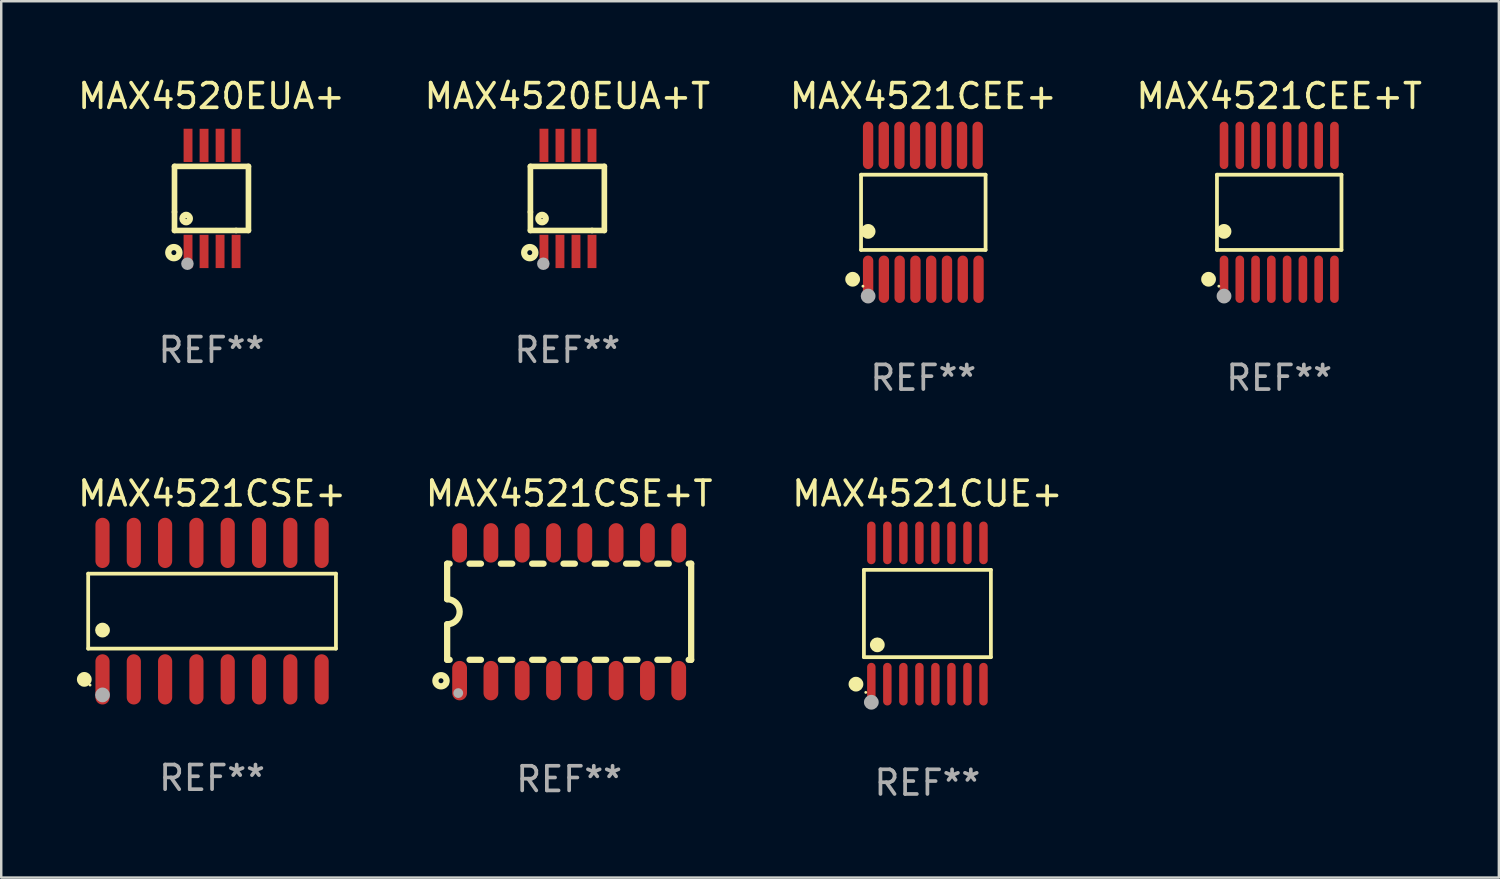
<source format=kicad_pcb>
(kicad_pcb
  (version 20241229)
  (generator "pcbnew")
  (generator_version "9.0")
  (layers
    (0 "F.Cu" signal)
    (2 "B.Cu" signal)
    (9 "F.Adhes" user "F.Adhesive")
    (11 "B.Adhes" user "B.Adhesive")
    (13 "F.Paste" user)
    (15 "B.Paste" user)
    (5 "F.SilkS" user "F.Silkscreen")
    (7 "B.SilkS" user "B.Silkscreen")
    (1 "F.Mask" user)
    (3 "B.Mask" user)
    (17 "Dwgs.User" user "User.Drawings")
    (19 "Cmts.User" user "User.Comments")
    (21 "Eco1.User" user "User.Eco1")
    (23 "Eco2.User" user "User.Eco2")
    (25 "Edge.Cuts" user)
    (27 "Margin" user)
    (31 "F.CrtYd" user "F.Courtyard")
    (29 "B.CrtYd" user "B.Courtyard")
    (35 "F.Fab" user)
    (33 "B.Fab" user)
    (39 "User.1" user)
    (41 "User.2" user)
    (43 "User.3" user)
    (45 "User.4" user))
  (footprint "MAX4520EUA+"
    (layer "F.Cu")
    (at 5.53 5)
    (property "Reference" "MAX4520EUA+" (at 0 -4.152 0) (layer "F.SilkS") (effects (font (size 1 1) (thickness 0.15))))
    (attr through_hole)
    (fp_line (start -1.5 1.301) (end 1 1.301) (stroke (width 0.229) (type solid)) (layer "F.SilkS"))
    (fp_line (start -1.5 -1.299) (end -1.5 0.551) (stroke (width 0.229) (type solid)) (layer "F.SilkS"))
    (fp_line (start -1.5 0.551) (end -1.5 1.301) (stroke (width 0.229) (type solid)) (layer "F.SilkS"))
    (fp_line (start 1 1.301) (end 1.5 1.301) (stroke (width 0.229) (type solid)) (layer "F.SilkS"))
    (fp_line (start 1.5 1.301) (end 1.5 -1.299) (stroke (width 0.229) (type solid)) (layer "F.SilkS"))
    (fp_line (start 1.5 -1.299) (end -1.5 -1.299) (stroke (width 0.229) (type solid)) (layer "F.SilkS"))
    (fp_circle (center -1.526 2.2) (end -1.426 2.2) (stroke (width 0.254) (type solid)) (fill no) (layer "F.SilkS"))
    (fp_circle (center -1.476 2.45) (end -1.446 2.45) (stroke (width 0.06) (type solid)) (fill no) (layer "F.SilkS"))
    (fp_circle (center -1.028 0.817) (end -0.878 0.817) (stroke (width 0.254) (type solid)) (fill no) (layer "F.SilkS"))
    (fp_circle (center -0.976 2.65) (end -0.849 2.65) (stroke (width 0.254) (type solid)) (fill no) (layer "F.Fab"))
    (fp_text user "REF**" (at 0 6.152 0) (layer "F.Fab") (effects (font (size 1 1) (thickness 0.15))))
    (pad "1" smd rect (at -0.951 2.15) (size 0.36 1.35) (layers "F.Cu" "F.Mask" "F.Paste"))
    (pad "2" smd rect (at -0.301 2.152) (size 0.36 1.35) (layers "F.Cu" "F.Mask" "F.Paste"))
    (pad "3" smd rect (at 0.349 2.151) (size 0.36 1.35) (layers "F.Cu" "F.Mask" "F.Paste"))
    (pad "4" smd rect (at 0.999 2.152) (size 0.36 1.35) (layers "F.Cu" "F.Mask" "F.Paste"))
    (pad "5" smd rect (at 0.999 -2.149) (size 0.36 1.35) (layers "F.Cu" "F.Mask" "F.Paste"))
    (pad "6" smd rect (at 0.349 -2.152) (size 0.36 1.35) (layers "F.Cu" "F.Mask" "F.Paste"))
    (pad "7" smd rect (at -0.301 -2.149) (size 0.36 1.35) (layers "F.Cu" "F.Mask" "F.Paste"))
    (pad "8" smd rect (at -0.951 -2.152) (size 0.36 1.35) (layers "F.Cu" "F.Mask" "F.Paste")))
  (footprint "MAX4521CEE+"
    (layer "F.Cu")
    (at 34.411 5.564)
    (property "Reference" "MAX4521CEE+" (at 0 -4.716 0) (layer "F.SilkS") (effects (font (size 1 1) (thickness 0.15))))
    (attr through_hole)
    (fp_line (start -2.526 -1.526) (end 2.526 -1.526) (stroke (width 0.152) (type solid)) (layer "F.SilkS"))
    (fp_line (start -2.526 1.526) (end -2.526 -1.526) (stroke (width 0.152) (type solid)) (layer "F.SilkS"))
    (fp_line (start 2.526 -1.526) (end 2.526 1.526) (stroke (width 0.152) (type solid)) (layer "F.SilkS"))
    (fp_line (start 2.526 1.526) (end -2.526 1.526) (stroke (width 0.152) (type solid)) (layer "F.SilkS"))
    (fp_circle (center -2.867 2.716) (end -2.717 2.716) (stroke (width 0.3) (type solid)) (fill no) (layer "F.SilkS"))
    (fp_circle (center -2.45 2.997) (end -2.42 2.997) (stroke (width 0.06) (type solid)) (fill no) (layer "F.SilkS"))
    (fp_circle (center -2.24 0.774) (end -2.09 0.774) (stroke (width 0.3) (type solid)) (fill no) (layer "F.SilkS"))
    (fp_circle (center -2.24 3.398) (end -2.09 3.398) (stroke (width 0.3) (type solid)) (fill no) (layer "F.Fab"))
    (fp_text user "REF**" (at 0 6.716 0) (layer "F.Fab") (effects (font (size 1 1) (thickness 0.15))))
    (pad "1" smd oval (at -2.24 2.716) (size 0.42 1.922) (layers "F.Cu" "F.Mask" "F.Paste"))
    (pad "2" smd oval (at -1.6 2.716) (size 0.42 1.922) (layers "F.Cu" "F.Mask" "F.Paste"))
    (pad "3" smd oval (at -0.96 2.716) (size 0.42 1.922) (layers "F.Cu" "F.Mask" "F.Paste"))
    (pad "4" smd oval (at -0.32 2.716) (size 0.42 1.922) (layers "F.Cu" "F.Mask" "F.Paste"))
    (pad "5" smd oval (at 0.32 2.716) (size 0.42 1.922) (layers "F.Cu" "F.Mask" "F.Paste"))
    (pad "6" smd oval (at 0.96 2.716) (size 0.42 1.922) (layers "F.Cu" "F.Mask" "F.Paste"))
    (pad "7" smd oval (at 1.6 2.716) (size 0.42 1.922) (layers "F.Cu" "F.Mask" "F.Paste"))
    (pad "8" smd oval (at 2.24 2.716) (size 0.42 1.922) (layers "F.Cu" "F.Mask" "F.Paste"))
    (pad "9" smd oval (at 2.205 -2.716) (size 0.42 1.922) (layers "F.Cu" "F.Mask" "F.Paste"))
    (pad "10" smd oval (at 1.57 -2.716) (size 0.42 1.922) (layers "F.Cu" "F.Mask" "F.Paste"))
    (pad "11" smd oval (at 0.935 -2.716) (size 0.42 1.922) (layers "F.Cu" "F.Mask" "F.Paste"))
    (pad "12" smd oval (at 0.3 -2.716) (size 0.42 1.922) (layers "F.Cu" "F.Mask" "F.Paste"))
    (pad "13" smd oval (at -0.335 -2.716) (size 0.42 1.922) (layers "F.Cu" "F.Mask" "F.Paste"))
    (pad "14" smd oval (at -0.97 -2.716) (size 0.42 1.922) (layers "F.Cu" "F.Mask" "F.Paste"))
    (pad "15" smd oval (at -1.605 -2.716) (size 0.42 1.922) (layers "F.Cu" "F.Mask" "F.Paste"))
    (pad "16" smd oval (at -2.24 -2.716) (size 0.42 1.922) (layers "F.Cu" "F.Mask" "F.Paste")))
  (footprint "MAX4521CSE+"
    (layer "F.Cu")
    (at 5.554 21.745)
    (property "Reference" "MAX4521CSE+" (at 0 -4.769 0) (layer "F.SilkS") (effects (font (size 1 1) (thickness 0.15))))
    (attr through_hole)
    (fp_line (start -5.026 -1.521) (end 5.026 -1.521) (stroke (width 0.152) (type solid)) (layer "F.SilkS"))
    (fp_line (start -5.026 1.521) (end -5.026 -1.521) (stroke (width 0.152) (type solid)) (layer "F.SilkS"))
    (fp_line (start 5.026 -1.521) (end 5.026 1.521) (stroke (width 0.152) (type solid)) (layer "F.SilkS"))
    (fp_line (start 5.026 1.521) (end -5.026 1.521) (stroke (width 0.152) (type solid)) (layer "F.SilkS"))
    (fp_circle (center -5.184 2.769) (end -5.034 2.769) (stroke (width 0.3) (type solid)) (fill no) (layer "F.SilkS"))
    (fp_circle (center -4.95 3) (end -4.92 3) (stroke (width 0.06) (type solid)) (fill no) (layer "F.SilkS"))
    (fp_circle (center -4.445 0.769) (end -4.295 0.769) (stroke (width 0.3) (type solid)) (fill no) (layer "F.SilkS"))
    (fp_circle (center -4.445 3.4) (end -4.295 3.4) (stroke (width 0.3) (type solid)) (fill no) (layer "F.Fab"))
    (fp_text user "REF**" (at 0 6.769 0) (layer "F.Fab") (effects (font (size 1 1) (thickness 0.15))))
    (pad "1" smd oval (at -4.445 2.769) (size 0.574 2.038) (layers "F.Cu" "F.Mask" "F.Paste"))
    (pad "2" smd oval (at -3.175 2.769) (size 0.574 2.038) (layers "F.Cu" "F.Mask" "F.Paste"))
    (pad "3" smd oval (at -1.905 2.769) (size 0.574 2.038) (layers "F.Cu" "F.Mask" "F.Paste"))
    (pad "4" smd oval (at -0.635 2.769) (size 0.574 2.038) (layers "F.Cu" "F.Mask" "F.Paste"))
    (pad "5" smd oval (at 0.635 2.769) (size 0.574 2.038) (layers "F.Cu" "F.Mask" "F.Paste"))
    (pad "6" smd oval (at 1.905 2.769) (size 0.574 2.038) (layers "F.Cu" "F.Mask" "F.Paste"))
    (pad "7" smd oval (at 3.175 2.769) (size 0.574 2.038) (layers "F.Cu" "F.Mask" "F.Paste"))
    (pad "8" smd oval (at 4.445 2.769) (size 0.574 2.038) (layers "F.Cu" "F.Mask" "F.Paste"))
    (pad "9" smd oval (at 4.445 -2.769) (size 0.574 2.038) (layers "F.Cu" "F.Mask" "F.Paste"))
    (pad "10" smd oval (at 3.175 -2.769) (size 0.574 2.038) (layers "F.Cu" "F.Mask" "F.Paste"))
    (pad "11" smd oval (at 1.905 -2.769) (size 0.574 2.038) (layers "F.Cu" "F.Mask" "F.Paste"))
    (pad "12" smd oval (at 0.635 -2.769) (size 0.574 2.038) (layers "F.Cu" "F.Mask" "F.Paste"))
    (pad "13" smd oval (at -0.635 -2.769) (size 0.574 2.038) (layers "F.Cu" "F.Mask" "F.Paste"))
    (pad "14" smd oval (at -1.905 -2.769) (size 0.574 2.038) (layers "F.Cu" "F.Mask" "F.Paste"))
    (pad "15" smd oval (at -3.175 -2.769) (size 0.574 2.038) (layers "F.Cu" "F.Mask" "F.Paste"))
    (pad "16" smd oval (at -4.445 -2.769) (size 0.574 2.038) (layers "F.Cu" "F.Mask" "F.Paste")))
  (footprint "MAX4521CEE+T"
    (layer "F.Cu")
    (at 48.851 5.564)
    (property "Reference" "MAX4521CEE+T" (at 0 -4.716 0) (layer "F.SilkS") (effects (font (size 1 1) (thickness 0.15))))
    (attr through_hole)
    (fp_line (start -2.526 -1.526) (end 2.526 -1.526) (stroke (width 0.152) (type solid)) (layer "F.SilkS"))
    (fp_line (start -2.526 1.526) (end -2.526 -1.526) (stroke (width 0.152) (type solid)) (layer "F.SilkS"))
    (fp_line (start 2.526 -1.526) (end 2.526 1.526) (stroke (width 0.152) (type solid)) (layer "F.SilkS"))
    (fp_line (start 2.526 1.526) (end -2.526 1.526) (stroke (width 0.152) (type solid)) (layer "F.SilkS"))
    (fp_circle (center -2.867 2.716) (end -2.717 2.716) (stroke (width 0.3) (type solid)) (fill no) (layer "F.SilkS"))
    (fp_circle (center -2.45 2.997) (end -2.42 2.997) (stroke (width 0.06) (type solid)) (fill no) (layer "F.SilkS"))
    (fp_circle (center -2.24 0.774) (end -2.09 0.774) (stroke (width 0.3) (type solid)) (fill no) (layer "F.SilkS"))
    (fp_circle (center -2.24 3.398) (end -2.09 3.398) (stroke (width 0.3) (type solid)) (fill no) (layer "F.Fab"))
    (fp_text user "REF**" (at 0 6.716 0) (layer "F.Fab") (effects (font (size 1 1) (thickness 0.15))))
    (pad "1" smd oval (at -2.24 2.716) (size 0.35 1.922) (layers "F.Cu" "F.Mask" "F.Paste"))
    (pad "2" smd oval (at -1.6 2.716) (size 0.35 1.922) (layers "F.Cu" "F.Mask" "F.Paste"))
    (pad "3" smd oval (at -0.96 2.716) (size 0.35 1.922) (layers "F.Cu" "F.Mask" "F.Paste"))
    (pad "4" smd oval (at -0.32 2.716) (size 0.35 1.922) (layers "F.Cu" "F.Mask" "F.Paste"))
    (pad "5" smd oval (at 0.32 2.716) (size 0.35 1.922) (layers "F.Cu" "F.Mask" "F.Paste"))
    (pad "6" smd oval (at 0.96 2.716) (size 0.35 1.922) (layers "F.Cu" "F.Mask" "F.Paste"))
    (pad "7" smd oval (at 1.6 2.716) (size 0.35 1.922) (layers "F.Cu" "F.Mask" "F.Paste"))
    (pad "8" smd oval (at 2.24 2.716) (size 0.35 1.922) (layers "F.Cu" "F.Mask" "F.Paste"))
    (pad "9" smd oval (at 2.24 -2.716) (size 0.35 1.922) (layers "F.Cu" "F.Mask" "F.Paste"))
    (pad "10" smd oval (at 1.6 -2.716) (size 0.35 1.922) (layers "F.Cu" "F.Mask" "F.Paste"))
    (pad "11" smd oval (at 0.96 -2.716) (size 0.35 1.922) (layers "F.Cu" "F.Mask" "F.Paste"))
    (pad "12" smd oval (at 0.32 -2.716) (size 0.35 1.922) (layers "F.Cu" "F.Mask" "F.Paste"))
    (pad "13" smd oval (at -0.32 -2.716) (size 0.35 1.922) (layers "F.Cu" "F.Mask" "F.Paste"))
    (pad "14" smd oval (at -0.96 -2.716) (size 0.35 1.922) (layers "F.Cu" "F.Mask" "F.Paste"))
    (pad "15" smd oval (at -1.6 -2.716) (size 0.35 1.922) (layers "F.Cu" "F.Mask" "F.Paste"))
    (pad "16" smd oval (at -2.24 -2.716) (size 0.35 1.922) (layers "F.Cu" "F.Mask" "F.Paste")))
  (footprint "MAX4521CSE+T"
    (layer "F.Cu")
    (at 20.042 21.77)
    (property "Reference" "MAX4521CSE+T" (at 0 -4.794 0) (layer "F.SilkS") (effects (font (size 1 1) (thickness 0.15))))
    (attr through_hole)
    (fp_line (start -4.95 -1.95) (end -4.95 -0.508) (stroke (width 0.254) (type solid)) (layer "F.SilkS"))
    (fp_line (start -4.95 -1.95) (end -4.849 -1.95) (stroke (width 0.254) (type solid)) (layer "F.SilkS"))
    (fp_line (start -4.95 1.95) (end -4.95 0.508) (stroke (width 0.254) (type solid)) (layer "F.SilkS"))
    (fp_line (start -4.95 1.95) (end -4.849 1.95) (stroke (width 0.254) (type solid)) (layer "F.SilkS"))
    (fp_line (start -4.041 -1.95) (end -3.579 -1.95) (stroke (width 0.254) (type solid)) (layer "F.SilkS"))
    (fp_line (start -4.041 1.95) (end -3.579 1.95) (stroke (width 0.254) (type solid)) (layer "F.SilkS"))
    (fp_line (start -2.771 -1.95) (end -2.309 -1.95) (stroke (width 0.254) (type solid)) (layer "F.SilkS"))
    (fp_line (start -2.771 1.95) (end -2.309 1.95) (stroke (width 0.254) (type solid)) (layer "F.SilkS"))
    (fp_line (start -1.501 -1.95) (end -1.039 -1.95) (stroke (width 0.254) (type solid)) (layer "F.SilkS"))
    (fp_line (start -1.501 1.95) (end -1.039 1.95) (stroke (width 0.254) (type solid)) (layer "F.SilkS"))
    (fp_line (start -0.231 -1.95) (end 0.231 -1.95) (stroke (width 0.254) (type solid)) (layer "F.SilkS"))
    (fp_line (start -0.231 1.95) (end 0.231 1.95) (stroke (width 0.254) (type solid)) (layer "F.SilkS"))
    (fp_line (start 1.039 -1.95) (end 1.501 -1.95) (stroke (width 0.254) (type solid)) (layer "F.SilkS"))
    (fp_line (start 1.039 1.95) (end 1.501 1.95) (stroke (width 0.254) (type solid)) (layer "F.SilkS"))
    (fp_line (start 2.309 -1.95) (end 2.771 -1.95) (stroke (width 0.254) (type solid)) (layer "F.SilkS"))
    (fp_line (start 2.309 1.95) (end 2.771 1.95) (stroke (width 0.254) (type solid)) (layer "F.SilkS"))
    (fp_line (start 3.579 -1.95) (end 4.041 -1.95) (stroke (width 0.254) (type solid)) (layer "F.SilkS"))
    (fp_line (start 3.579 1.95) (end 4.041 1.95) (stroke (width 0.254) (type solid)) (layer "F.SilkS"))
    (fp_line (start 4.849 -1.95) (end 4.95 -1.95) (stroke (width 0.254) (type solid)) (layer "F.SilkS"))
    (fp_line (start 4.849 1.95) (end 4.95 1.95) (stroke (width 0.254) (type solid)) (layer "F.SilkS"))
    (fp_line (start 4.95 -1.95) (end 4.95 1.95) (stroke (width 0.254) (type solid)) (layer "F.SilkS"))
    (fp_arc (start -4.95047 -0.508001) (mid -4.442469 -0.000228) (end -4.950013 0.508001) (stroke (width 0.254001) (type solid)) (layer "F.SilkS"))
    (fp_circle (center -5.2 2.8) (end -5.1 2.8) (stroke (width 0.254) (type solid)) (fill no) (layer "F.SilkS"))
    (fp_circle (center -4.95 2.947) (end -4.92 2.947) (stroke (width 0.06) (type solid)) (fill no) (layer "F.SilkS"))
    (fp_circle (center -4.5 3.3) (end -4.4 3.3) (stroke (width 0.2) (type solid)) (fill no) (layer "F.Fab"))
    (fp_text user "REF**" (at 0 6.794 0) (layer "F.Fab") (effects (font (size 1 1) (thickness 0.15))))
    (pad "1" smd oval (at -4.445 2.794) (size 0.6 1.6) (layers "F.Cu" "F.Mask" "F.Paste"))
    (pad "2" smd oval (at -3.175 2.794) (size 0.6 1.6) (layers "F.Cu" "F.Mask" "F.Paste"))
    (pad "3" smd oval (at -1.905 2.794) (size 0.6 1.6) (layers "F.Cu" "F.Mask" "F.Paste"))
    (pad "4" smd oval (at -0.635 2.794) (size 0.6 1.6) (layers "F.Cu" "F.Mask" "F.Paste"))
    (pad "5" smd oval (at 0.635 2.794) (size 0.6 1.6) (layers "F.Cu" "F.Mask" "F.Paste"))
    (pad "6" smd oval (at 1.905 2.794) (size 0.6 1.6) (layers "F.Cu" "F.Mask" "F.Paste"))
    (pad "7" smd oval (at 3.175 2.794) (size 0.6 1.6) (layers "F.Cu" "F.Mask" "F.Paste"))
    (pad "8" smd oval (at 4.445 2.794) (size 0.6 1.6) (layers "F.Cu" "F.Mask" "F.Paste"))
    (pad "9" smd oval (at 4.445 -2.794) (size 0.6 1.6) (layers "F.Cu" "F.Mask" "F.Paste"))
    (pad "10" smd oval (at 3.175 -2.794) (size 0.6 1.6) (layers "F.Cu" "F.Mask" "F.Paste"))
    (pad "11" smd oval (at 1.905 -2.794) (size 0.6 1.6) (layers "F.Cu" "F.Mask" "F.Paste"))
    (pad "12" smd oval (at 0.635 -2.794) (size 0.6 1.6) (layers "F.Cu" "F.Mask" "F.Paste"))
    (pad "13" smd oval (at -0.635 -2.794) (size 0.6 1.6) (layers "F.Cu" "F.Mask" "F.Paste"))
    (pad "14" smd oval (at -1.905 -2.794) (size 0.6 1.6) (layers "F.Cu" "F.Mask" "F.Paste"))
    (pad "15" smd oval (at -3.175 -2.794) (size 0.6 1.6) (layers "F.Cu" "F.Mask" "F.Paste"))
    (pad "16" smd oval (at -4.445 -2.794) (size 0.6 1.6) (layers "F.Cu" "F.Mask" "F.Paste")))
  (footprint "MAX4521CUE+"
    (layer "F.Cu")
    (at 34.577 21.842)
    (property "Reference" "MAX4521CUE+" (at 0 -4.866 0) (layer "F.SilkS") (effects (font (size 1 1) (thickness 0.15))))
    (attr through_hole)
    (fp_line (start -2.576 -1.772) (end 2.576 -1.772) (stroke (width 0.152) (type solid)) (layer "F.SilkS"))
    (fp_line (start -2.576 1.771) (end -2.576 -1.772) (stroke (width 0.152) (type solid)) (layer "F.SilkS"))
    (fp_line (start 2.576 -1.772) (end 2.576 1.771) (stroke (width 0.152) (type solid)) (layer "F.SilkS"))
    (fp_line (start 2.576 1.771) (end -2.576 1.771) (stroke (width 0.152) (type solid)) (layer "F.SilkS"))
    (fp_circle (center -2.899 2.866) (end -2.749 2.866) (stroke (width 0.3) (type solid)) (fill no) (layer "F.SilkS"))
    (fp_circle (center -2.5 3.2) (end -2.47 3.2) (stroke (width 0.06) (type solid)) (fill no) (layer "F.SilkS"))
    (fp_circle (center -2.032 1.27) (end -1.882 1.27) (stroke (width 0.3) (type solid)) (fill no) (layer "F.SilkS"))
    (fp_circle (center -2.275 3.6) (end -2.125 3.6) (stroke (width 0.3) (type solid)) (fill no) (layer "F.Fab"))
    (fp_text user "REF**" (at 0 6.866 0) (layer "F.Fab") (effects (font (size 1 1) (thickness 0.15))))
    (pad "1" smd oval (at -2.275 2.866) (size 0.343 1.731) (layers "F.Cu" "F.Mask" "F.Paste"))
    (pad "2" smd oval (at -1.625 2.866) (size 0.343 1.731) (layers "F.Cu" "F.Mask" "F.Paste"))
    (pad "3" smd oval (at -0.975 2.866) (size 0.343 1.731) (layers "F.Cu" "F.Mask" "F.Paste"))
    (pad "4" smd oval (at -0.325 2.866) (size 0.343 1.731) (layers "F.Cu" "F.Mask" "F.Paste"))
    (pad "5" smd oval (at 0.325 2.866) (size 0.343 1.731) (layers "F.Cu" "F.Mask" "F.Paste"))
    (pad "6" smd oval (at 0.975 2.866) (size 0.343 1.731) (layers "F.Cu" "F.Mask" "F.Paste"))
    (pad "7" smd oval (at 1.625 2.866) (size 0.343 1.731) (layers "F.Cu" "F.Mask" "F.Paste"))
    (pad "8" smd oval (at 2.275 2.866) (size 0.343 1.731) (layers "F.Cu" "F.Mask" "F.Paste"))
    (pad "9" smd oval (at 2.275 -2.866) (size 0.343 1.731) (layers "F.Cu" "F.Mask" "F.Paste"))
    (pad "10" smd oval (at 1.625 -2.866) (size 0.343 1.731) (layers "F.Cu" "F.Mask" "F.Paste"))
    (pad "11" smd oval (at 0.975 -2.866) (size 0.343 1.731) (layers "F.Cu" "F.Mask" "F.Paste"))
    (pad "12" smd oval (at 0.325 -2.866) (size 0.343 1.731) (layers "F.Cu" "F.Mask" "F.Paste"))
    (pad "13" smd oval (at -0.325 -2.866) (size 0.343 1.731) (layers "F.Cu" "F.Mask" "F.Paste"))
    (pad "14" smd oval (at -0.975 -2.866) (size 0.343 1.731) (layers "F.Cu" "F.Mask" "F.Paste"))
    (pad "15" smd oval (at -1.625 -2.866) (size 0.343 1.731) (layers "F.Cu" "F.Mask" "F.Paste"))
    (pad "16" smd oval (at -2.275 -2.866) (size 0.343 1.731) (layers "F.Cu" "F.Mask" "F.Paste")))
  (footprint "MAX4520EUA+T"
    (layer "F.Cu")
    (at 19.97 5)
    (property "Reference" "MAX4520EUA+T" (at 0 -4.152 0) (layer "F.SilkS") (effects (font (size 1 1) (thickness 0.15))))
    (attr through_hole)
    (fp_line (start -1.5 1.301) (end 1 1.301) (stroke (width 0.229) (type solid)) (layer "F.SilkS"))
    (fp_line (start -1.5 -1.299) (end -1.5 0.551) (stroke (width 0.229) (type solid)) (layer "F.SilkS"))
    (fp_line (start -1.5 0.551) (end -1.5 1.301) (stroke (width 0.229) (type solid)) (layer "F.SilkS"))
    (fp_line (start 1 1.301) (end 1.5 1.301) (stroke (width 0.229) (type solid)) (layer "F.SilkS"))
    (fp_line (start 1.5 1.301) (end 1.5 -1.299) (stroke (width 0.229) (type solid)) (layer "F.SilkS"))
    (fp_line (start 1.5 -1.299) (end -1.5 -1.299) (stroke (width 0.229) (type solid)) (layer "F.SilkS"))
    (fp_circle (center -1.526 2.2) (end -1.426 2.2) (stroke (width 0.254) (type solid)) (fill no) (layer "F.SilkS"))
    (fp_circle (center -1.476 2.45) (end -1.446 2.45) (stroke (width 0.06) (type solid)) (fill no) (layer "F.SilkS"))
    (fp_circle (center -1.028 0.817) (end -0.878 0.817) (stroke (width 0.254) (type solid)) (fill no) (layer "F.SilkS"))
    (fp_circle (center -0.976 2.65) (end -0.849 2.65) (stroke (width 0.254) (type solid)) (fill no) (layer "F.Fab"))
    (fp_text user "REF**" (at 0 6.152 0) (layer "F.Fab") (effects (font (size 1 1) (thickness 0.15))))
    (pad "1" smd rect (at -0.951 2.15) (size 0.36 1.35) (layers "F.Cu" "F.Mask" "F.Paste"))
    (pad "2" smd rect (at -0.301 2.152) (size 0.36 1.35) (layers "F.Cu" "F.Mask" "F.Paste"))
    (pad "3" smd rect (at 0.349 2.151) (size 0.36 1.35) (layers "F.Cu" "F.Mask" "F.Paste"))
    (pad "4" smd rect (at 0.999 2.152) (size 0.36 1.35) (layers "F.Cu" "F.Mask" "F.Paste"))
    (pad "5" smd rect (at 0.999 -2.149) (size 0.36 1.35) (layers "F.Cu" "F.Mask" "F.Paste"))
    (pad "6" smd rect (at 0.349 -2.152) (size 0.36 1.35) (layers "F.Cu" "F.Mask" "F.Paste"))
    (pad "7" smd rect (at -0.301 -2.149) (size 0.36 1.35) (layers "F.Cu" "F.Mask" "F.Paste"))
    (pad "8" smd rect (at -0.951 -2.152) (size 0.36 1.35) (layers "F.Cu" "F.Mask" "F.Paste")))
  (gr_rect
    (start -3 -3)
    (end 57.762 32.556)
    (stroke (width 0.1) (type default))
    (fill no)
    (layer "Edge.Cuts")))
</source>
